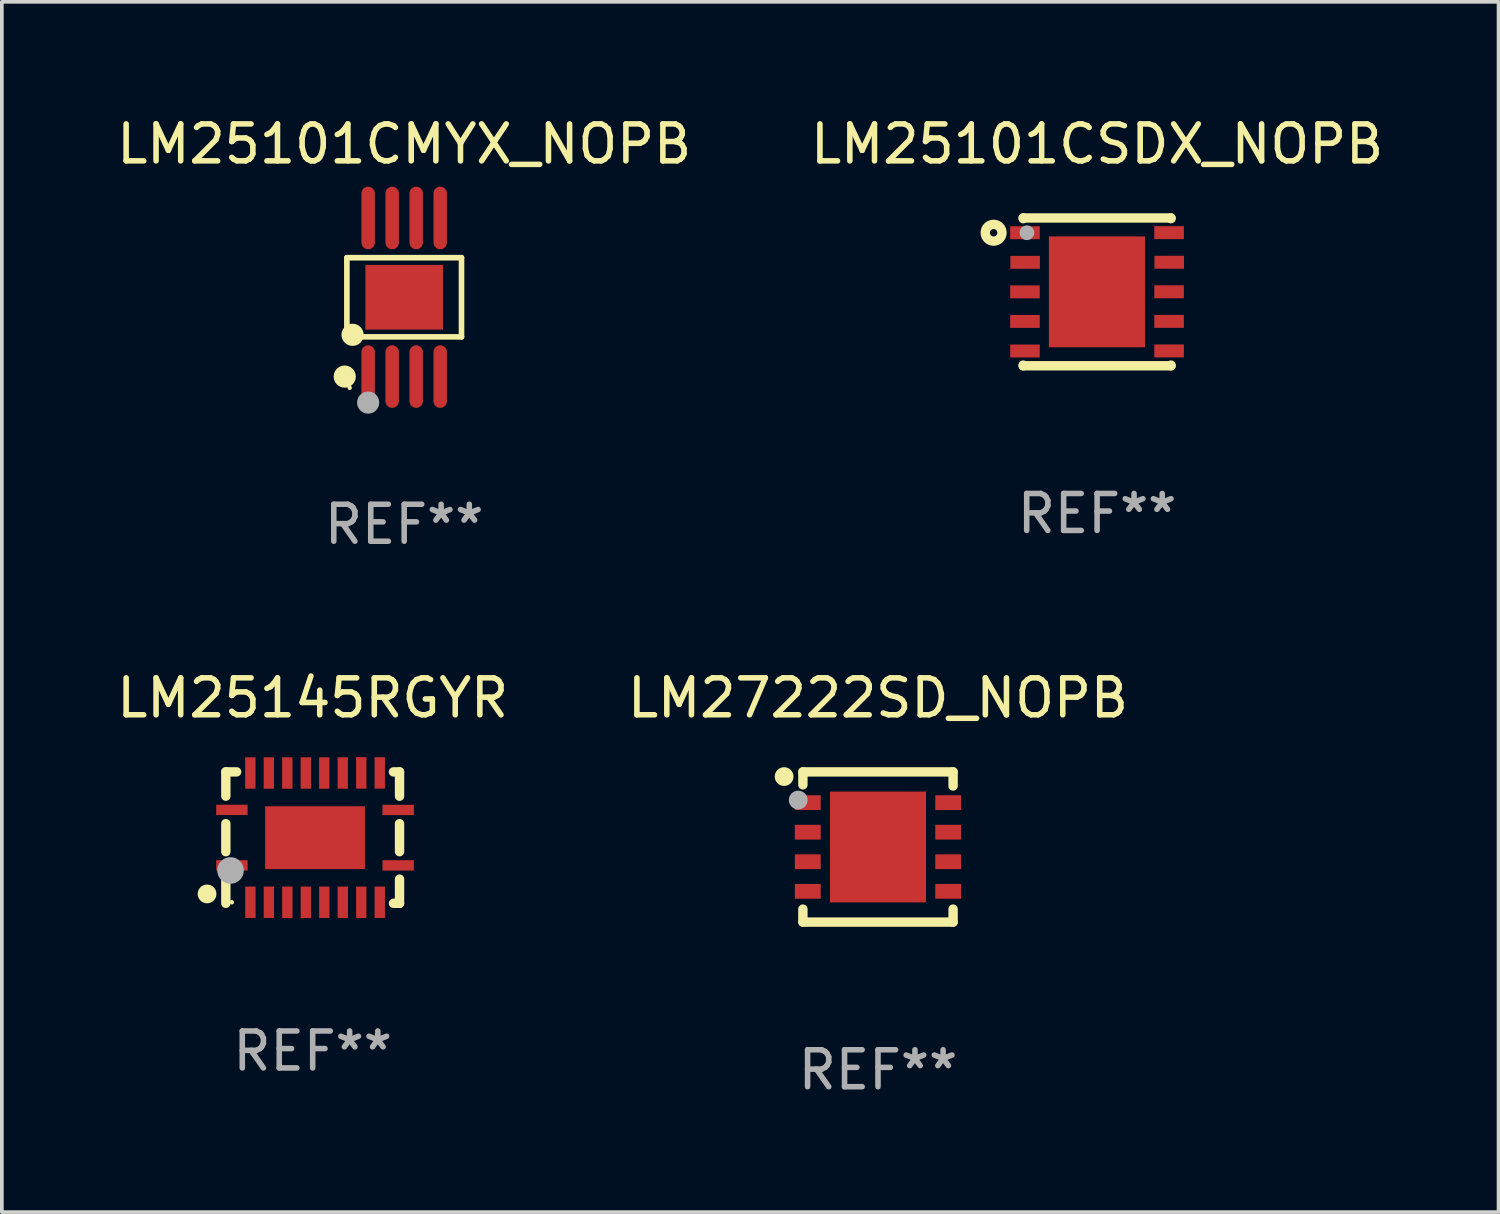
<source format=kicad_pcb>
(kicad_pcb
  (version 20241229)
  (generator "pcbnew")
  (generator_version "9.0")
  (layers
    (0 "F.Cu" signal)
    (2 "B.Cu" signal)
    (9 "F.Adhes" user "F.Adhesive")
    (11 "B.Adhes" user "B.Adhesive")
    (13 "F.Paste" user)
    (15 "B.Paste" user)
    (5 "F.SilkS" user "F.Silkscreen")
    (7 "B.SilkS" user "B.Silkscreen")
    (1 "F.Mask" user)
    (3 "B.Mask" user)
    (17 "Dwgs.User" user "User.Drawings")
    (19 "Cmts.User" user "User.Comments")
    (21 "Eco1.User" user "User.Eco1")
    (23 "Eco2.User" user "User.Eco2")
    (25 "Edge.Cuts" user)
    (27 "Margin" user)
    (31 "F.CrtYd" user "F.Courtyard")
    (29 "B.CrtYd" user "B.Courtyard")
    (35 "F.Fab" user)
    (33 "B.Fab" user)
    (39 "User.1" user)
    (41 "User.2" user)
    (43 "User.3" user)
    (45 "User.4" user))
  (footprint "LM25145RGYR"
    (layer "F.Cu")
    (at 5.411 19.615)
    (property "Reference" "LM25145RGYR" (at 0 -3.778 0) (layer "F.SilkS") (effects (font (size 1 1) (thickness 0.15))))
    (attr through_hole)
    (fp_line (start -2.35 -1.778) (end -2.35 -1.121) (stroke (width 0.254) (type solid)) (layer "F.SilkS"))
    (fp_line (start -2.35 -1.778) (end -2.058 -1.778) (stroke (width 0.254) (type solid)) (layer "F.SilkS"))
    (fp_line (start -2.35 -0.379) (end -2.35 0.381) (stroke (width 0.254) (type solid)) (layer "F.SilkS"))
    (fp_line (start -2.35 1.123) (end -2.35 1.778) (stroke (width 0.254) (type solid)) (layer "F.SilkS"))
    (fp_line (start 2.186 -1.778) (end 2.35 -1.778) (stroke (width 0.254) (type solid)) (layer "F.SilkS"))
    (fp_line (start 2.35 -1.778) (end 2.35 -1.119) (stroke (width 0.254) (type solid)) (layer "F.SilkS"))
    (fp_line (start 2.35 -0.377) (end 2.35 0.381) (stroke (width 0.254) (type solid)) (layer "F.SilkS"))
    (fp_line (start 2.35 1.123) (end 2.35 1.778) (stroke (width 0.254) (type solid)) (layer "F.SilkS"))
    (fp_line (start 2.35 1.778) (end 2.186 1.778) (stroke (width 0.254) (type solid)) (layer "F.SilkS"))
    (fp_circle (center -2.858 1.524) (end -2.731 1.524) (stroke (width 0.254) (type solid)) (fill no) (layer "F.SilkS"))
    (fp_circle (center -2.187 1.75) (end -2.157 1.75) (stroke (width 0.06) (type solid)) (fill no) (layer "F.SilkS"))
    (fp_circle (center -2.223 0.889) (end -2.043 0.889) (stroke (width 0.36) (type solid)) (fill no) (layer "F.Fab"))
    (fp_text user "REF**" (at 0 5.778 0) (layer "F.Fab") (effects (font (size 1 1) (thickness 0.15))))
    (pad "1" smd rect (at -2.186 0.752) (size 0.85 0.28) (layers "F.Cu" "F.Mask" "F.Paste"))
    (pad "2" smd rect (at -1.685 1.75) (size 0.28 0.85) (layers "F.Cu" "F.Mask" "F.Paste"))
    (pad "3" smd rect (at -1.185 1.75) (size 0.28 0.85) (layers "F.Cu" "F.Mask" "F.Paste"))
    (pad "4" smd rect (at -0.685 1.75) (size 0.28 0.85) (layers "F.Cu" "F.Mask" "F.Paste"))
    (pad "5" smd rect (at -0.185 1.75) (size 0.28 0.85) (layers "F.Cu" "F.Mask" "F.Paste"))
    (pad "6" smd rect (at 0.315 1.75) (size 0.28 0.85) (layers "F.Cu" "F.Mask" "F.Paste"))
    (pad "7" smd rect (at 0.815 1.75) (size 0.28 0.85) (layers "F.Cu" "F.Mask" "F.Paste"))
    (pad "8" smd rect (at 1.315 1.75) (size 0.28 0.85) (layers "F.Cu" "F.Mask" "F.Paste"))
    (pad "9" smd rect (at 1.815 1.75) (size 0.28 0.85) (layers "F.Cu" "F.Mask" "F.Paste"))
    (pad "10" smd rect (at 2.313 0.752) (size 0.85 0.28) (layers "F.Cu" "F.Mask" "F.Paste"))
    (pad "11" smd rect (at 2.313 -0.748) (size 0.85 0.28) (layers "F.Cu" "F.Mask" "F.Paste"))
    (pad "12" smd rect (at 1.815 -1.75) (size 0.28 0.85) (layers "F.Cu" "F.Mask" "F.Paste"))
    (pad "13" smd rect (at 1.315 -1.75) (size 0.28 0.85) (layers "F.Cu" "F.Mask" "F.Paste"))
    (pad "14" smd rect (at 0.814 -1.748) (size 0.28 0.85) (layers "F.Cu" "F.Mask" "F.Paste"))
    (pad "15" smd rect (at 0.313 -1.748) (size 0.28 0.85) (layers "F.Cu" "F.Mask" "F.Paste"))
    (pad "16" smd rect (at -0.186 -1.748) (size 0.28 0.85) (layers "F.Cu" "F.Mask" "F.Paste"))
    (pad "17" smd rect (at -0.687 -1.748) (size 0.28 0.85) (layers "F.Cu" "F.Mask" "F.Paste"))
    (pad "18" smd rect (at -1.186 -1.748) (size 0.28 0.85) (layers "F.Cu" "F.Mask" "F.Paste"))
    (pad "19" smd rect (at -1.687 -1.748) (size 0.28 0.85) (layers "F.Cu" "F.Mask" "F.Paste"))
    (pad "20" smd rect (at -2.186 -0.75) (size 0.85 0.28) (layers "F.Cu" "F.Mask" "F.Paste"))
    (pad "21" smd rect (at 0.064 0.002 90) (size 1.7 2.7) (layers "F.Cu" "F.Mask" "F.Paste")))
  (footprint "LM25101CMYX_NOPB"
    (layer "F.Cu")
    (at 7.887 4.994)
    (property "Reference" "LM25101CMYX_NOPB" (at 0 -4.146 0) (layer "F.SilkS") (effects (font (size 1 1) (thickness 0.15))))
    (attr through_hole)
    (fp_line (start -1.551 -1.071) (end 1.551 -1.071) (stroke (width 0.152) (type solid)) (layer "F.SilkS"))
    (fp_line (start -1.551 1.071) (end -1.551 -1.071) (stroke (width 0.152) (type solid)) (layer "F.SilkS"))
    (fp_line (start 1.551 -1.071) (end 1.551 1.071) (stroke (width 0.152) (type solid)) (layer "F.SilkS"))
    (fp_line (start 1.551 1.071) (end -1.551 1.071) (stroke (width 0.152) (type solid)) (layer "F.SilkS"))
    (fp_circle (center -1.609 2.146) (end -1.459 2.146) (stroke (width 0.3) (type solid)) (fill no) (layer "F.SilkS"))
    (fp_circle (center -1.475 2.45) (end -1.445 2.45) (stroke (width 0.06) (type solid)) (fill no) (layer "F.SilkS"))
    (fp_circle (center -1.397 1.016) (end -1.247 1.016) (stroke (width 0.3) (type solid)) (fill no) (layer "F.SilkS"))
    (fp_circle (center -0.975 2.85) (end -0.825 2.85) (stroke (width 0.3) (type solid)) (fill no) (layer "F.Fab"))
    (fp_text user "REF**" (at 0 6.146 0) (layer "F.Fab") (effects (font (size 1 1) (thickness 0.15))))
    (pad "1" smd oval (at -0.975 2.146) (size 0.364 1.692) (layers "F.Cu" "F.Mask" "F.Paste"))
    (pad "2" smd oval (at -0.325 2.146) (size 0.364 1.692) (layers "F.Cu" "F.Mask" "F.Paste"))
    (pad "3" smd oval (at 0.325 2.146) (size 0.364 1.692) (layers "F.Cu" "F.Mask" "F.Paste"))
    (pad "4" smd oval (at 0.975 2.146) (size 0.364 1.692) (layers "F.Cu" "F.Mask" "F.Paste"))
    (pad "5" smd oval (at 0.975 -2.146) (size 0.364 1.692) (layers "F.Cu" "F.Mask" "F.Paste"))
    (pad "6" smd oval (at 0.325 -2.146) (size 0.364 1.692) (layers "F.Cu" "F.Mask" "F.Paste"))
    (pad "7" smd oval (at -0.325 -2.146) (size 0.364 1.692) (layers "F.Cu" "F.Mask" "F.Paste"))
    (pad "8" smd oval (at -0.975 -2.146) (size 0.364 1.692) (layers "F.Cu" "F.Mask" "F.Paste"))
    (pad "9" smd rect (at 0 0) (size 2.1 1.75) (layers "F.Cu" "F.Mask" "F.Paste")))
  (footprint "LM27222SD_NOPB"
    (layer "F.Cu")
    (at 20.708 19.869)
    (property "Reference" "LM27222SD_NOPB" (at 0 -4.032 0) (layer "F.SilkS") (effects (font (size 1 1) (thickness 0.15))))
    (attr through_hole)
    (fp_line (start -2.032 -2.032) (end -2.032 -1.681) (stroke (width 0.254) (type solid)) (layer "F.SilkS"))
    (fp_line (start -2.032 1.681) (end -2.032 2.032) (stroke (width 0.254) (type solid)) (layer "F.SilkS"))
    (fp_line (start -2.032 2.032) (end 2.032 2.032) (stroke (width 0.254) (type solid)) (layer "F.SilkS"))
    (fp_line (start 2.032 -2.032) (end -2.032 -2.032) (stroke (width 0.254) (type solid)) (layer "F.SilkS"))
    (fp_line (start 2.032 -1.651) (end 2.032 -2.032) (stroke (width 0.254) (type solid)) (layer "F.SilkS"))
    (fp_line (start 2.032 2.032) (end 2.032 1.681) (stroke (width 0.254) (type solid)) (layer "F.SilkS"))
    (fp_circle (center -2.54 -1.905) (end -2.413 -1.905) (stroke (width 0.254) (type solid)) (fill no) (layer "F.SilkS"))
    (fp_circle (center -2.011 -2) (end -1.981 -2) (stroke (width 0.06) (type solid)) (fill no) (layer "F.SilkS"))
    (fp_circle (center -2.159 -1.27) (end -2.032 -1.27) (stroke (width 0.254) (type solid)) (fill no) (layer "F.Fab"))
    (fp_text user "REF**" (at 0 6.032 0) (layer "F.Fab") (effects (font (size 1 1) (thickness 0.15))))
    (pad "1" smd rect (at -1.9 -1.2) (size 0.7 0.4) (layers "F.Cu" "F.Mask" "F.Paste"))
    (pad "2" smd rect (at -1.9 -0.4) (size 0.7 0.4) (layers "F.Cu" "F.Mask" "F.Paste"))
    (pad "3" smd rect (at -1.9 0.4) (size 0.7 0.4) (layers "F.Cu" "F.Mask" "F.Paste"))
    (pad "4" smd rect (at -1.9 1.2) (size 0.7 0.4) (layers "F.Cu" "F.Mask" "F.Paste"))
    (pad "5" smd rect (at 1.9 1.2) (size 0.7 0.4) (layers "F.Cu" "F.Mask" "F.Paste"))
    (pad "6" smd rect (at 1.9 0.4) (size 0.7 0.4) (layers "F.Cu" "F.Mask" "F.Paste"))
    (pad "7" smd rect (at 1.9 -0.4) (size 0.7 0.4) (layers "F.Cu" "F.Mask" "F.Paste"))
    (pad "8" smd rect (at 1.9 -1.2) (size 0.7 0.4) (layers "F.Cu" "F.Mask" "F.Paste"))
    (pad "9" smd rect (at -0.000025 0.000025) (size 2.6 3) (layers "F.Cu" "F.Mask" "F.Paste")))
  (footprint "LM25101CSDX_NOPB"
    (layer "F.Cu")
    (at 26.637 4.848)
    (property "Reference" "LM25101CSDX_NOPB" (at 0 -4 0) (layer "F.SilkS") (effects (font (size 1 1) (thickness 0.15))))
    (attr through_hole)
    (fp_line (start -2 -2) (end -2 -1.981) (stroke (width 0.254) (type solid)) (layer "F.SilkS"))
    (fp_line (start -2 -2) (end 2 -2) (stroke (width 0.254) (type solid)) (layer "F.SilkS"))
    (fp_line (start -2 1.981) (end -2 2) (stroke (width 0.254) (type solid)) (layer "F.SilkS"))
    (fp_line (start -2 2) (end 2 2) (stroke (width 0.254) (type solid)) (layer "F.SilkS"))
    (fp_line (start 2 -2) (end 2 -1.981) (stroke (width 0.254) (type solid)) (layer "F.SilkS"))
    (fp_line (start 2 1.981) (end 2 2) (stroke (width 0.254) (type solid)) (layer "F.SilkS"))
    (fp_circle (center -2.8 -1.6) (end -2.7 -1.6) (stroke (width 0.254) (type solid)) (fill no) (layer "F.SilkS"))
    (fp_circle (center -2 -2) (end -1.97 -2) (stroke (width 0.06) (type solid)) (fill no) (layer "F.SilkS"))
    (fp_circle (center -1.9 -1.601) (end -1.8 -1.601) (stroke (width 0.2) (type solid)) (fill no) (layer "F.Fab"))
    (fp_text user "REF**" (at 0 6 0) (layer "F.Fab") (effects (font (size 1 1) (thickness 0.15))))
    (pad "1" smd rect (at -1.952 -1.6) (size 0.8 0.35) (layers "F.Cu" "F.Mask" "F.Paste"))
    (pad "2" smd rect (at -1.948 -0.8) (size 0.8 0.35) (layers "F.Cu" "F.Mask" "F.Paste"))
    (pad "3" smd rect (at -1.952 0.000051) (size 0.8 0.35) (layers "F.Cu" "F.Mask" "F.Paste"))
    (pad "4" smd rect (at -1.952 0.8) (size 0.8 0.35) (layers "F.Cu" "F.Mask" "F.Paste"))
    (pad "5" smd rect (at -1.952 1.6) (size 0.8 0.35) (layers "F.Cu" "F.Mask" "F.Paste"))
    (pad "6" smd rect (at 1.948 1.598) (size 0.8 0.35) (layers "F.Cu" "F.Mask" "F.Paste"))
    (pad "7" smd rect (at 1.948 0.798) (size 0.8 0.35) (layers "F.Cu" "F.Mask" "F.Paste"))
    (pad "8" smd rect (at 1.948 -0.002) (size 0.8 0.35) (layers "F.Cu" "F.Mask" "F.Paste"))
    (pad "9" smd rect (at 1.952 -0.802) (size 0.8 0.35) (layers "F.Cu" "F.Mask" "F.Paste"))
    (pad "10" smd rect (at 1.948 -1.602) (size 0.8 0.35) (layers "F.Cu" "F.Mask" "F.Paste"))
    (pad "11" smd rect (at -0.004 -0.001) (size 2.6 3) (layers "F.Cu" "F.Mask" "F.Paste")))
  (gr_rect
    (start -3 -3)
    (end 37.5 29.749)
    (stroke (width 0.1) (type default))
    (fill no)
    (layer "Edge.Cuts")))
</source>
